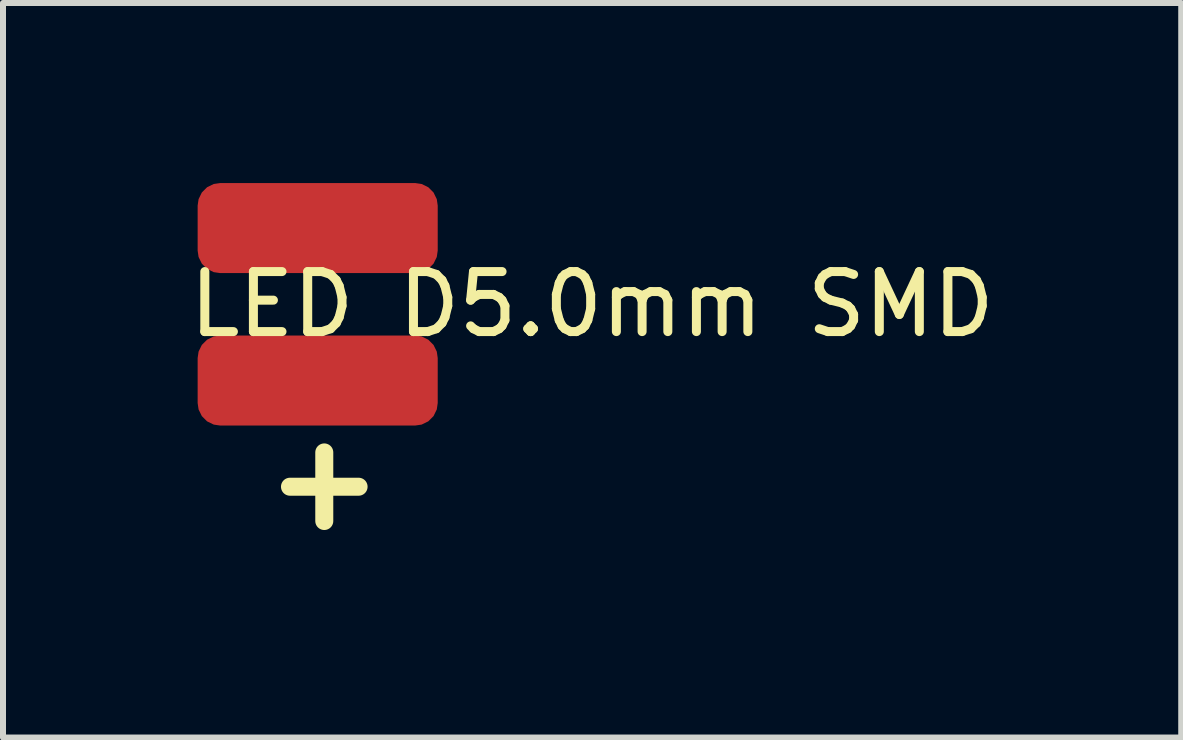
<source format=kicad_pcb>
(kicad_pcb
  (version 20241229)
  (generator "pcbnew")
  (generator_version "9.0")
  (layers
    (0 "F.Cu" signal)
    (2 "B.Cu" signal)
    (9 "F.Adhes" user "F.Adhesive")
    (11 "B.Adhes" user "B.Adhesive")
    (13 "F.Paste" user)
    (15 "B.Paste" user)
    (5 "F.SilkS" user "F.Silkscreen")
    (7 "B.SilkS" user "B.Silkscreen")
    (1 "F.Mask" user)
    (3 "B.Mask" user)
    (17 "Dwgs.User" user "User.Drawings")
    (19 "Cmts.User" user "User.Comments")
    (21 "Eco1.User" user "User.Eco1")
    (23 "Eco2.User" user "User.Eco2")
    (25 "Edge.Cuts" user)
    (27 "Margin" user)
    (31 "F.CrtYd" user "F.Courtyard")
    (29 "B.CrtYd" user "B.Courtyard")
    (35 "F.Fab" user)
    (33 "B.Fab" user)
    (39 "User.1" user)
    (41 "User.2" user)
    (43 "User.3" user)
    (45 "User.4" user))
  (footprint "LED D5.0mm SMD"
    (layer "F.Cu")
    (at 2.243 0.75)
    (property "Reference" "LED D5.0mm SMD" (at 4.572 1.27 0) (unlocked yes) (layer "F.SilkS") (effects (font (size 1 1) (thickness 0.15))))
    (attr smd)
    (fp_text user "+" (at -1.016 5.08 0) (unlocked yes) (layer "F.SilkS") (effects (font (size 1.5 1.5) (thickness 0.3) (bold yes)) (justify left bottom)))
    (pad "1" smd roundrect (at 0 0) (size 4 1.5) (layers "F.Cu" "F.Mask" "F.Paste") (roundrect_rratio 0.25))
    (pad "2" smd roundrect (at 0 2.54) (size 4 1.5) (layers "F.Cu" "F.Mask" "F.Paste") (roundrect_rratio 0.25)))
  (gr_rect
    (start -3 -3)
    (end 16.631 9.238)
    (stroke (width 0.1) (type default))
    (fill no)
    (layer "Edge.Cuts")))
</source>
